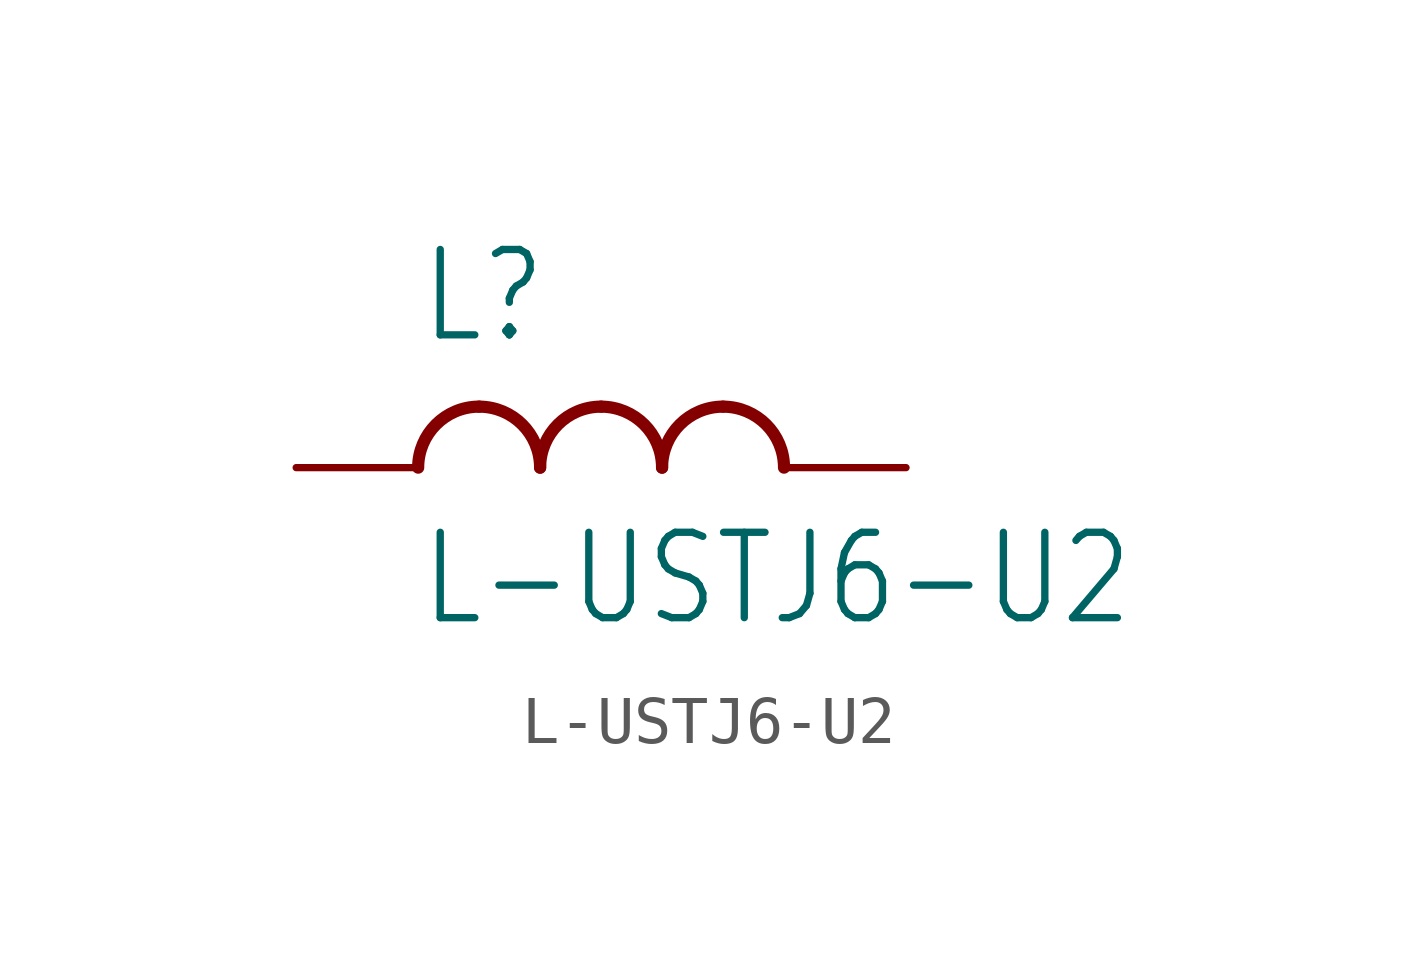
<source format=kicad_sym>
(kicad_symbol_lib
  (version 20211014)
  (generator kicad_symbol_editor)
  (symbol "L-USTJ6-U2"
    (property "Reference" "L"
      (at -5.08 2.54 0)
      (effects (font (size 1.778 1.511)) (justify left bottom)))
    (property "Value" "L-USTJ6-U2"
      (at -5.08 -1.27 0)
      (effects (font (size 1.778 1.511)) (justify left top)))
    (property "ki_locked" ""
      (at 0 0 0)
      (effects (font (size 1.27 1.27))))
    (symbol "L-USTJ6-U2_1_0"
      (arc (start -3.81 1.27) (mid -4.708 0.898) (end -5.08 0) (stroke (width 0.254) (type default) (color 0 0 0 0)) (fill (type none)))
      (arc (start -2.54 0) (mid -2.912 0.898) (end -3.81 1.27) (stroke (width 0.254) (type default) (color 0 0 0 0)) (fill (type none)))
      (arc (start -1.27 1.27) (mid -2.168 0.898) (end -2.54 0) (stroke (width 0.254) (type default) (color 0 0 0 0)) (fill (type none)))
      (arc (start 0 0) (mid -0.372 0.898) (end -1.27 1.27) (stroke (width 0.254) (type default) (color 0 0 0 0)) (fill (type none)))
      (arc (start 1.27 1.27) (mid 0.372 0.898) (end 0 0) (stroke (width 0.254) (type default) (color 0 0 0 0)) (fill (type none)))
      (arc (start 2.54 0) (mid 2.168 0.898) (end 1.27 1.27) (stroke (width 0.254) (type default) (color 0 0 0 0)) (fill (type none)))
      (pin passive line (at -7.62 0 0) (length 2.54) (name "1" (effects (font (size 0 0)))) (number "1" (effects (font (size 0 0)))))
      (pin passive line (at 5.08 0 180) (length 2.54) (name "2" (effects (font (size 0 0)))) (number "2" (effects (font (size 0 0))))))))
</source>
